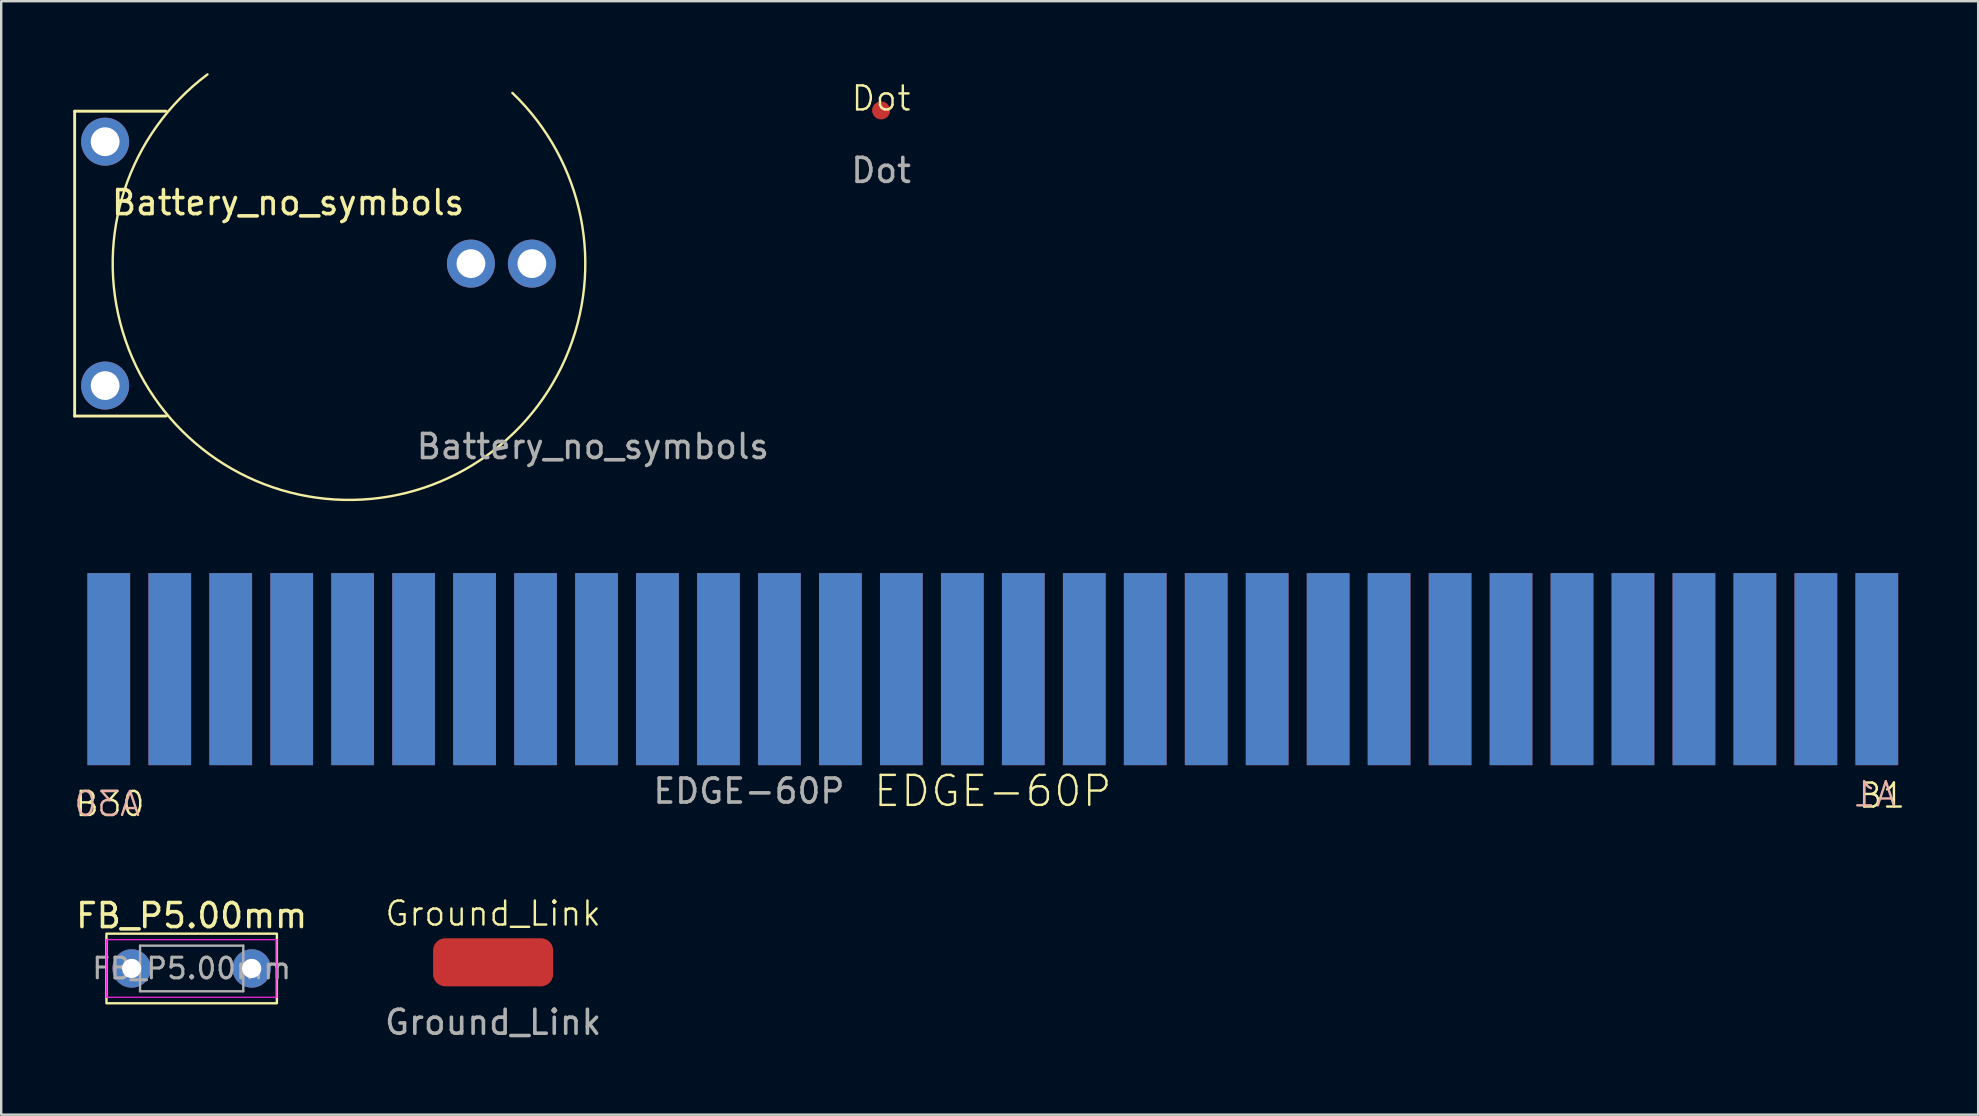
<source format=kicad_pcb>
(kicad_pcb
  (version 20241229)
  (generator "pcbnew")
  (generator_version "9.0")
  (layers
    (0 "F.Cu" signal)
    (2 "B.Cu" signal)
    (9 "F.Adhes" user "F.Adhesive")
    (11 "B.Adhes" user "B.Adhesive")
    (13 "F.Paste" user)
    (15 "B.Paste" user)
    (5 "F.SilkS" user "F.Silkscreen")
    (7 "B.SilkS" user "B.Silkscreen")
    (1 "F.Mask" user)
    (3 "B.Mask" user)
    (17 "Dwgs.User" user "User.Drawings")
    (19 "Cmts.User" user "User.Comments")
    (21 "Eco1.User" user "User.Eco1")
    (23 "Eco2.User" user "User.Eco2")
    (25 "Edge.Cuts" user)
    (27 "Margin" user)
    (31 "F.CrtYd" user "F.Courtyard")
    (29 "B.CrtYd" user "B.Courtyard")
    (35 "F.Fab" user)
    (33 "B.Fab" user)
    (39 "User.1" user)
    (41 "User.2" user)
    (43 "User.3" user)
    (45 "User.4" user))
  (footprint "Battery_no_symbols"
    (layer "F.Cu")
    (at 1.33 7.933)
    (property "Reference" "Battery_no_symbols" (at 7.62 -2.54 0) (layer "F.SilkS") (effects (font (size 1 1) (thickness 0.15))))
    (attr through_hole)
    (fp_line (start -1.27 -6.35) (end -1.27 6.35) (stroke (width 0.12) (type solid)) (layer "F.SilkS"))
    (fp_line (start -1.27 6.35) (end 2.54 6.35) (stroke (width 0.12) (type solid)) (layer "F.SilkS"))
    (fp_line (start 2.54 -6.35) (end -1.27 -6.35) (stroke (width 0.12) (type solid)) (layer "F.SilkS"))
    (fp_arc (start 16.9672 -7.112) (mid 9.563684 9.826644) (end 4.262748 -7.882952) (stroke (width 0.1) (type default)) (layer "F.SilkS"))
    (fp_text user "${REFERENCE}" (at 20.32 7.62 180) (layer "F.Fab") (effects (font (size 1 1) (thickness 0.15))))
    (pad "1" thru_hole oval (at 0 -5.08 90) (size 2 2) (drill 1.2) (layers "*.Cu" "*.Mask"))
    (pad "1" thru_hole oval (at 0 5.08 90) (size 2 2) (drill 1.2) (layers "*.Cu" "*.Mask"))
    (pad "2" thru_hole oval (at 15.24 0 90) (size 2 2) (drill 1.2) (layers "*.Cu" "*.Mask"))
    (pad "2" thru_hole oval (at 17.78 0 90) (size 2 2) (drill 1.2) (layers "*.Cu" "*.Mask")))
  (footprint "FB_P5.00mm"
    (layer "F.Cu")
    (at 2.435 37.297)
    (property "Reference" "FB_P5.00mm" (at 2.5 -2.2 0) (layer "F.SilkS") (effects (font (size 1 1) (thickness 0.15))))
    (attr through_hole)
    (fp_rect (start -1.05 -1.45) (end 6.05 1.45) (stroke (width 0.1) (type default)) (fill no) (layer "F.SilkS"))
    (fp_line (start -1.05 -1.2) (end -1.05 1.2) (stroke (width 0.05) (type solid)) (layer "F.CrtYd"))
    (fp_line (start -1.05 1.2) (end 6.05 1.2) (stroke (width 0.05) (type solid)) (layer "F.CrtYd"))
    (fp_line (start 6.05 -1.2) (end -1.05 -1.2) (stroke (width 0.05) (type solid)) (layer "F.CrtYd"))
    (fp_line (start 6.05 1.2) (end 6.05 -1.2) (stroke (width 0.05) (type solid)) (layer "F.CrtYd"))
    (fp_line (start 0.35 -0.95) (end 0.35 0.95) (stroke (width 0.1) (type solid)) (layer "F.Fab"))
    (fp_line (start 0.35 0.95) (end 4.65 0.95) (stroke (width 0.1) (type solid)) (layer "F.Fab"))
    (fp_line (start 4.65 -0.95) (end 0.35 -0.95) (stroke (width 0.1) (type solid)) (layer "F.Fab"))
    (fp_line (start 4.65 0.95) (end 4.65 -0.95) (stroke (width 0.1) (type solid)) (layer "F.Fab"))
    (fp_text user "${REFERENCE}" (at 2.5 0 0) (layer "F.Fab") (effects (font (size 0.86 0.86) (thickness 0.129))))
    (pad "1" thru_hole circle (at 0 0) (size 1.6 1.6) (drill 0.8) (layers "*.Cu" "*.Mask"))
    (pad "2" thru_hole circle (at 5 0) (size 1.6 1.6) (drill 0.8) (layers "*.Cu" "*.Mask")))
  (footprint "Ground_Link"
    (layer "F.Cu")
    (at 17.494 37.041)
    (property "Reference" "Ground_Link" (at 0 -2.032 0) (unlocked yes) (layer "F.SilkS") (effects (font (size 1 1) (thickness 0.1))))
    (attr smd)
    (fp_text user "${REFERENCE}" (at 0 2.5 0) (unlocked yes) (layer "F.Fab") (effects (font (size 1 1) (thickness 0.15))))
    (pad "1" smd roundrect (at 0 0) (size 5 2) (layers "F.Cu" "F.Mask" "F.Paste") (roundrect_rratio 0.25)))
  (footprint "Dot"
    (layer "F.Cu")
    (at 33.658 1.55)
    (property "Reference" "Dot" (at 0 -0.5 0) (unlocked yes) (layer "F.SilkS") (effects (font (size 1 1) (thickness 0.1))))
    (attr smd)
    (fp_rect (start -1.5 -1.5) (end 1.5 1.5) (stroke (width 0.1) (type solid)) (fill yes) (layer "F.Mask"))
    (fp_text user "${REFERENCE}" (at 0 2.5 0) (unlocked yes) (layer "F.Fab") (effects (font (size 1 1) (thickness 0.15))))
    (pad "1" smd circle (at 0 0) (size 0.75 0.75) (layers "F.Cu" "F.Mask" "F.Paste")))
  (footprint "EDGE-60P"
    (layer "F.Cu")
    (at 38.312 24.828)
    (property "Reference" "EDGE-60P" (at 0 5.08 0) (unlocked yes) (layer "F.SilkS") (effects (font (size 1.25 1.25) (thickness 0.1))))
    (attr smd)
    (fp_text user "B1" (at 36 5.85 0) (unlocked yes) (layer "F.SilkS") (effects (font (size 1 1) (thickness 0.1)) (justify left bottom)))
    (fp_text user "B30" (at -38.3 6.2 0) (unlocked yes) (layer "F.SilkS") (effects (font (size 1 1) (thickness 0.1)) (justify left bottom)))
    (fp_text user "A30" (at -35.45 6.2 0) (unlocked yes) (layer "B.SilkS") (effects (font (size 1 1) (thickness 0.1)) (justify left bottom mirror)))
    (fp_text user "A1" (at 37.7 5.8 0) (unlocked yes) (layer "B.SilkS") (effects (font (size 1 1) (thickness 0.1)) (justify left bottom mirror)))
    (fp_text user "${REFERENCE}" (at -10.16 5.08 0) (unlocked yes) (layer "F.Fab") (effects (font (size 1 1) (thickness 0.15))))
    (pad "a1" smd rect (at 36.83 0 90) (size 8 1.778) (layers "B.Cu" "B.Mask" "B.Paste"))
    (pad "a2" smd rect (at 34.29 0 90) (size 8 1.778) (layers "B.Cu" "B.Mask" "B.Paste"))
    (pad "a3" smd rect (at 31.75 0 90) (size 8 1.778) (layers "B.Cu" "B.Mask" "B.Paste"))
    (pad "a4" smd rect (at 29.21 0 90) (size 8 1.778) (layers "B.Cu" "B.Mask" "B.Paste"))
    (pad "a5" smd rect (at 26.67 0 90) (size 8 1.778) (layers "B.Cu" "B.Mask" "B.Paste"))
    (pad "a6" smd rect (at 24.13 0 90) (size 8 1.778) (layers "B.Cu" "B.Mask" "B.Paste"))
    (pad "a7" smd rect (at 21.59 0 90) (size 8 1.778) (layers "B.Cu" "B.Mask" "B.Paste"))
    (pad "a8" smd rect (at 19.05 0 90) (size 8 1.778) (layers "B.Cu" "B.Mask" "B.Paste"))
    (pad "a9" smd rect (at 16.51 0 90) (size 8 1.778) (layers "B.Cu" "B.Mask" "B.Paste"))
    (pad "a10" smd rect (at 13.97 0 90) (size 8 1.778) (layers "B.Cu" "B.Mask" "B.Paste"))
    (pad "a11" smd rect (at 11.43 0 90) (size 8 1.778) (layers "B.Cu" "B.Mask" "B.Paste"))
    (pad "a12" smd rect (at 8.89 0 90) (size 8 1.778) (layers "B.Cu" "B.Mask" "B.Paste"))
    (pad "a13" smd rect (at 6.35 0 90) (size 8 1.778) (layers "B.Cu" "B.Mask" "B.Paste"))
    (pad "a14" smd rect (at 3.81 0 90) (size 8 1.778) (layers "B.Cu" "B.Mask" "B.Paste"))
    (pad "a15" smd rect (at 1.27 0 90) (size 8 1.778) (layers "B.Cu" "B.Mask" "B.Paste"))
    (pad "a16" smd rect (at -1.27 0 90) (size 8 1.778) (layers "B.Cu" "B.Mask" "B.Paste"))
    (pad "a17" smd rect (at -3.81 0 90) (size 8 1.778) (layers "B.Cu" "B.Mask" "B.Paste"))
    (pad "a18" smd rect (at -6.35 0 90) (size 8 1.778) (layers "B.Cu" "B.Mask" "B.Paste"))
    (pad "a19" smd rect (at -8.89 0 90) (size 8 1.778) (layers "B.Cu" "B.Mask" "B.Paste"))
    (pad "a20" smd rect (at -11.43 0 90) (size 8 1.778) (layers "B.Cu" "B.Mask" "B.Paste"))
    (pad "a21" smd rect (at -13.97 0 90) (size 8 1.778) (layers "B.Cu" "B.Mask" "B.Paste"))
    (pad "a22" smd rect (at -16.51 0 90) (size 8 1.778) (layers "B.Cu" "B.Mask" "B.Paste"))
    (pad "a23" smd rect (at -19.05 0 90) (size 8 1.778) (layers "B.Cu" "B.Mask" "B.Paste"))
    (pad "a24" smd rect (at -21.59 0 90) (size 8 1.778) (layers "B.Cu" "B.Mask" "B.Paste"))
    (pad "a25" smd rect (at -24.13 0 90) (size 8 1.778) (layers "B.Cu" "B.Mask" "B.Paste"))
    (pad "a26" smd rect (at -26.67 0 90) (size 8 1.778) (layers "B.Cu" "B.Mask" "B.Paste"))
    (pad "a27" smd rect (at -29.21 0 90) (size 8 1.778) (layers "B.Cu" "B.Mask" "B.Paste"))
    (pad "a28" smd rect (at -31.75 0 90) (size 8 1.778) (layers "B.Cu" "B.Mask" "B.Paste"))
    (pad "a29" smd rect (at -34.29 0 90) (size 8 1.778) (layers "B.Cu" "B.Mask" "B.Paste"))
    (pad "a30" smd rect (at -36.83 0 90) (size 8 1.778) (layers "B.Cu" "B.Mask" "B.Paste"))
    (pad "b1" smd rect (at 36.83 0 90) (size 8 1.778) (layers "F.Cu" "F.Mask" "F.Paste"))
    (pad "b2" smd rect (at 34.29 0 90) (size 8 1.778) (layers "F.Cu" "F.Mask" "F.Paste"))
    (pad "b3" smd rect (at 31.75 0 90) (size 8 1.778) (layers "F.Cu" "F.Mask" "F.Paste"))
    (pad "b4" smd rect (at 29.21 0 90) (size 8 1.778) (layers "F.Cu" "F.Mask" "F.Paste"))
    (pad "b5" smd rect (at 26.67 0 90) (size 8 1.778) (layers "F.Cu" "F.Mask" "F.Paste"))
    (pad "b6" smd rect (at 24.13 0 90) (size 8 1.778) (layers "F.Cu" "F.Mask" "F.Paste"))
    (pad "b7" smd rect (at 21.59 0 90) (size 8 1.778) (layers "F.Cu" "F.Mask" "F.Paste"))
    (pad "b8" smd rect (at 19.05 0 90) (size 8 1.778) (layers "F.Cu" "F.Mask" "F.Paste"))
    (pad "b9" smd rect (at 16.51 0 90) (size 8 1.778) (layers "F.Cu" "F.Mask" "F.Paste"))
    (pad "b10" smd rect (at 13.97 0 90) (size 8 1.778) (layers "F.Cu" "F.Mask" "F.Paste"))
    (pad "b11" smd rect (at 11.43 0 90) (size 8 1.778) (layers "F.Cu" "F.Mask" "F.Paste"))
    (pad "b12" smd rect (at 8.89 0 90) (size 8 1.778) (layers "F.Cu" "F.Mask" "F.Paste"))
    (pad "b13" smd rect (at 6.35 0 90) (size 8 1.778) (layers "F.Cu" "F.Mask" "F.Paste"))
    (pad "b14" smd rect (at 3.81 0 90) (size 8 1.778) (layers "F.Cu" "F.Mask" "F.Paste"))
    (pad "b15" smd rect (at 1.27 0 90) (size 8 1.778) (layers "F.Cu" "F.Mask" "F.Paste"))
    (pad "b16" smd rect (at -1.27 0 90) (size 8 1.778) (layers "F.Cu" "F.Mask" "F.Paste"))
    (pad "b17" smd rect (at -3.81 0 90) (size 8 1.778) (layers "F.Cu" "F.Mask" "F.Paste"))
    (pad "b18" smd rect (at -6.35 0 90) (size 8 1.778) (layers "F.Cu" "F.Mask" "F.Paste"))
    (pad "b19" smd rect (at -8.89 0 90) (size 8 1.778) (layers "F.Cu" "F.Mask" "F.Paste"))
    (pad "b20" smd rect (at -11.43 0 90) (size 8 1.778) (layers "F.Cu" "F.Mask" "F.Paste"))
    (pad "b21" smd rect (at -13.97 0 90) (size 8 1.778) (layers "F.Cu" "F.Mask" "F.Paste"))
    (pad "b22" smd rect (at -16.51 0 90) (size 8 1.778) (layers "F.Cu" "F.Mask" "F.Paste"))
    (pad "b23" smd rect (at -19.05 0 90) (size 8 1.778) (layers "F.Cu" "F.Mask" "F.Paste"))
    (pad "b24" smd rect (at -21.59 0 90) (size 8 1.778) (layers "F.Cu" "F.Mask" "F.Paste"))
    (pad "b25" smd rect (at -24.13 0 90) (size 8 1.778) (layers "F.Cu" "F.Mask" "F.Paste"))
    (pad "b26" smd rect (at -26.67 0 90) (size 8 1.778) (layers "F.Cu" "F.Mask" "F.Paste"))
    (pad "b27" smd rect (at -29.21 0 90) (size 8 1.778) (layers "F.Cu" "F.Mask" "F.Paste"))
    (pad "b28" smd rect (at -31.75 0 90) (size 8 1.778) (layers "F.Cu" "F.Mask" "F.Paste"))
    (pad "b29" smd rect (at -34.29 0 90) (size 8 1.778) (layers "F.Cu" "F.Mask" "F.Paste"))
    (pad "b30" smd rect (at -36.83 0 90) (size 8 1.778) (layers "F.Cu" "F.Mask" "F.Paste")))
  (gr_rect
    (start -3 -3)
    (end 79.364 43.389)
    (stroke (width 0.1) (type default))
    (fill no)
    (layer "Edge.Cuts")))
</source>
